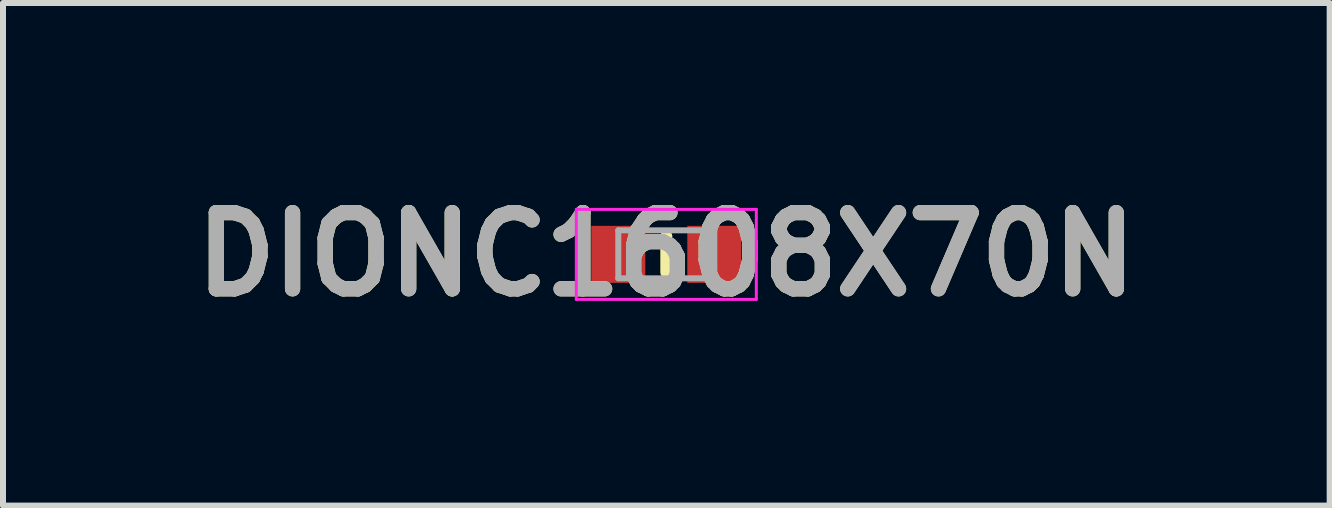
<source format=kicad_pcb>
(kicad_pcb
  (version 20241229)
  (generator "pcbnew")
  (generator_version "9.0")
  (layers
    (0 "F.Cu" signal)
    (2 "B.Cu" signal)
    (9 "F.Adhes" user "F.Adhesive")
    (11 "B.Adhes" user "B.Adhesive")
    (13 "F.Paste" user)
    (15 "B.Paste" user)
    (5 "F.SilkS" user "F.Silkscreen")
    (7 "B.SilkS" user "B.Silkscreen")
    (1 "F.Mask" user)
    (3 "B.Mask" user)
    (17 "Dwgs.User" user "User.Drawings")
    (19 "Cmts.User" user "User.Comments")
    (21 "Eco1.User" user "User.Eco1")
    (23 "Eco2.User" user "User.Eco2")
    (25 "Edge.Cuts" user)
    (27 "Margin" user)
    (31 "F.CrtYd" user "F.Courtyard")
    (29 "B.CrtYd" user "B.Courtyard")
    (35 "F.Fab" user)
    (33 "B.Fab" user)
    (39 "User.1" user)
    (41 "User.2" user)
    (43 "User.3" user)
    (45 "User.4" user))
  (footprint "DIONC1608X70N"
    (layer "F.Cu")
    (at 8.055 1.189)
    (property "Reference" "DIONC1608X70N" (at 0 0 0) (layer "F.SilkS") (effects (font (size 1.27 1.27) (thickness 0.254))))
    (attr smd)
    (fp_line (start 0 -0.3) (end 0 0.3) (stroke (width 0.2) (type solid)) (layer "F.SilkS"))
    (fp_line (start -1.5 -0.75) (end 1.5 -0.75) (stroke (width 0.05) (type solid)) (layer "F.CrtYd"))
    (fp_line (start -1.5 0.75) (end -1.5 -0.75) (stroke (width 0.05) (type solid)) (layer "F.CrtYd"))
    (fp_line (start 1.5 -0.75) (end 1.5 0.75) (stroke (width 0.05) (type solid)) (layer "F.CrtYd"))
    (fp_line (start 1.5 0.75) (end -1.5 0.75) (stroke (width 0.05) (type solid)) (layer "F.CrtYd"))
    (fp_line (start -0.8 -0.4) (end 0.8 -0.4) (stroke (width 0.1) (type solid)) (layer "F.Fab"))
    (fp_line (start -0.8 0.4) (end -0.8 -0.4) (stroke (width 0.1) (type solid)) (layer "F.Fab"))
    (fp_line (start 0.8 -0.4) (end 0.8 0.4) (stroke (width 0.1) (type solid)) (layer "F.Fab"))
    (fp_line (start 0.8 0.4) (end -0.8 0.4) (stroke (width 0.1) (type solid)) (layer "F.Fab"))
    (fp_text user "${REFERENCE}" (at 0 0 0) (layer "F.Fab") (effects (font (size 1.27 1.27) (thickness 0.254))))
    (pad "1" smd rect (at -0.8 0) (size 0.9 0.95) (layers "F.Cu" "F.Mask" "F.Paste"))
    (pad "2" smd rect (at 0.8 0) (size 0.9 0.95) (layers "F.Cu" "F.Mask" "F.Paste")))
  (gr_rect
    (start -3 -3)
    (end 19.111 5.377)
    (stroke (width 0.1) (type default))
    (fill no)
    (layer "Edge.Cuts")))
</source>
